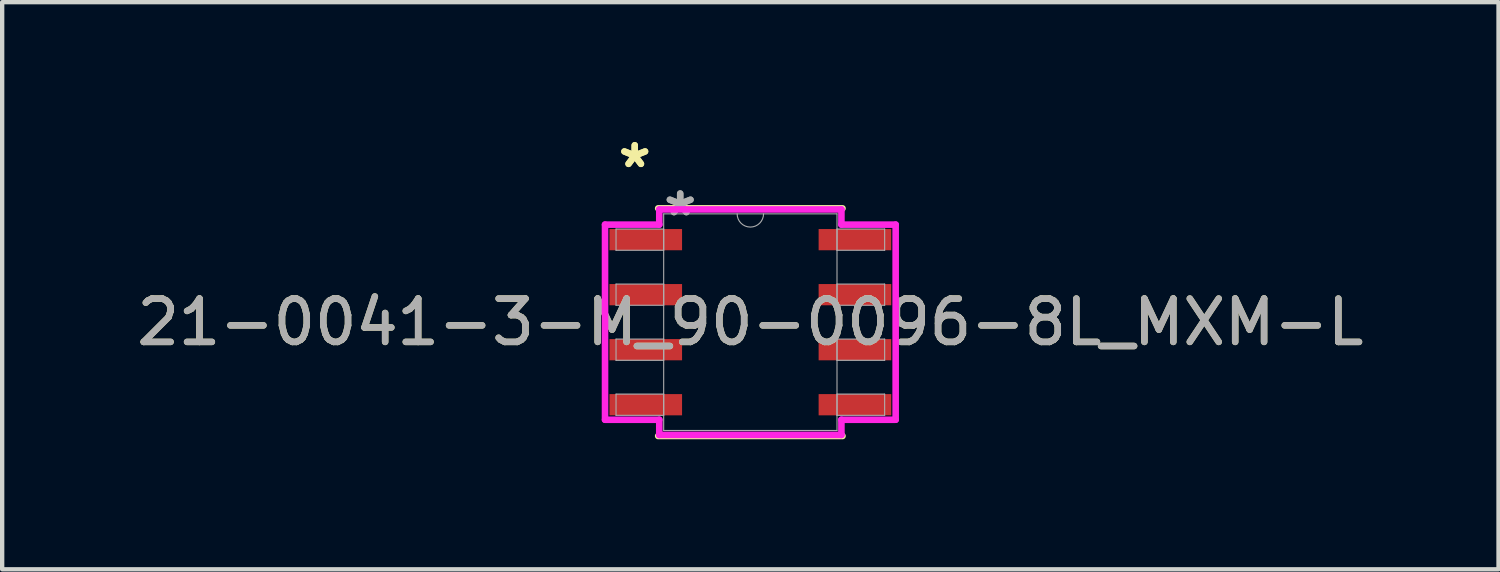
<source format=kicad_pcb>
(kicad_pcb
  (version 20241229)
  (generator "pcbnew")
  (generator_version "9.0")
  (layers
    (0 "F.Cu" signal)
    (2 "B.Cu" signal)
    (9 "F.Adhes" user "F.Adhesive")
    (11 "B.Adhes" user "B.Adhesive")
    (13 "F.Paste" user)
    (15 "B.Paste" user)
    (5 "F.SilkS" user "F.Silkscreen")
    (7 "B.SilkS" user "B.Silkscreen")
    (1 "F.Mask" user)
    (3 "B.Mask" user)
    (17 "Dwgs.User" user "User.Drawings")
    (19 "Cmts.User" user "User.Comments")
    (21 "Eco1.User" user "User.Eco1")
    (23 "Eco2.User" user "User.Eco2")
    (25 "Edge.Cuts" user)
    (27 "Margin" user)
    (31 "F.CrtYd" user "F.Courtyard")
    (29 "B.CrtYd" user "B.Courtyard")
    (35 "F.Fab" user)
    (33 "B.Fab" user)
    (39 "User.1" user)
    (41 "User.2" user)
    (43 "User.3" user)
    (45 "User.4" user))
  (footprint "21-0041-3-M_90-0096-8L_MXM-L"
    (layer "F.Cu")
    (at 14.268 4.386)
    (property "Reference" "21-0041-3-M_90-0096-8L_MXM-L" (at 0 0 0) (unlocked yes) (layer "F.SilkS") (effects (font (size 1 1) (thickness 0.15))))
    (attr smd)
    (fp_line (start -2.127 2.627) (end 2.127 2.627) (stroke (width 0.152) (type solid)) (layer "F.SilkS"))
    (fp_line (start 2.127 -2.627) (end -2.127 -2.627) (stroke (width 0.152) (type solid)) (layer "F.SilkS"))
    (fp_line (start -3.354 -2.252) (end -2.102 -2.252) (stroke (width 0.152) (type solid)) (layer "F.CrtYd"))
    (fp_line (start -3.354 2.252) (end -3.354 -2.252) (stroke (width 0.152) (type solid)) (layer "F.CrtYd"))
    (fp_line (start -3.354 2.252) (end -2.102 2.252) (stroke (width 0.152) (type solid)) (layer "F.CrtYd"))
    (fp_line (start -2.102 -2.602) (end 2.102 -2.602) (stroke (width 0.152) (type solid)) (layer "F.CrtYd"))
    (fp_line (start -2.102 -2.252) (end -2.102 -2.602) (stroke (width 0.152) (type solid)) (layer "F.CrtYd"))
    (fp_line (start -2.102 2.602) (end -2.102 2.252) (stroke (width 0.152) (type solid)) (layer "F.CrtYd"))
    (fp_line (start 2.102 -2.602) (end 2.102 -2.252) (stroke (width 0.152) (type solid)) (layer "F.CrtYd"))
    (fp_line (start 2.102 2.252) (end 2.102 2.602) (stroke (width 0.152) (type solid)) (layer "F.CrtYd"))
    (fp_line (start 2.102 2.602) (end -2.102 2.602) (stroke (width 0.152) (type solid)) (layer "F.CrtYd"))
    (fp_line (start 3.354 -2.252) (end 2.102 -2.252) (stroke (width 0.152) (type solid)) (layer "F.CrtYd"))
    (fp_line (start 3.354 -2.252) (end 3.354 2.252) (stroke (width 0.152) (type solid)) (layer "F.CrtYd"))
    (fp_line (start 3.354 2.252) (end 2.102 2.252) (stroke (width 0.152) (type solid)) (layer "F.CrtYd"))
    (fp_line (start -3.1 -2.15) (end -3.1 -1.66) (stroke (width 0.025) (type solid)) (layer "F.Fab"))
    (fp_line (start -3.1 -1.66) (end -2 -1.66) (stroke (width 0.025) (type solid)) (layer "F.Fab"))
    (fp_line (start -3.1 -0.88) (end -3.1 -0.39) (stroke (width 0.025) (type solid)) (layer "F.Fab"))
    (fp_line (start -3.1 -0.39) (end -2 -0.39) (stroke (width 0.025) (type solid)) (layer "F.Fab"))
    (fp_line (start -3.1 0.39) (end -3.1 0.88) (stroke (width 0.025) (type solid)) (layer "F.Fab"))
    (fp_line (start -3.1 0.88) (end -2 0.88) (stroke (width 0.025) (type solid)) (layer "F.Fab"))
    (fp_line (start -3.1 1.66) (end -3.1 2.15) (stroke (width 0.025) (type solid)) (layer "F.Fab"))
    (fp_line (start -3.1 2.15) (end -2 2.15) (stroke (width 0.025) (type solid)) (layer "F.Fab"))
    (fp_line (start -2 -2.5) (end -2 2.5) (stroke (width 0.025) (type solid)) (layer "F.Fab"))
    (fp_line (start -2 -2.15) (end -3.1 -2.15) (stroke (width 0.025) (type solid)) (layer "F.Fab"))
    (fp_line (start -2 -1.66) (end -2 -2.15) (stroke (width 0.025) (type solid)) (layer "F.Fab"))
    (fp_line (start -2 -0.88) (end -3.1 -0.88) (stroke (width 0.025) (type solid)) (layer "F.Fab"))
    (fp_line (start -2 -0.39) (end -2 -0.88) (stroke (width 0.025) (type solid)) (layer "F.Fab"))
    (fp_line (start -2 0.39) (end -3.1 0.39) (stroke (width 0.025) (type solid)) (layer "F.Fab"))
    (fp_line (start -2 0.88) (end -2 0.39) (stroke (width 0.025) (type solid)) (layer "F.Fab"))
    (fp_line (start -2 1.66) (end -3.1 1.66) (stroke (width 0.025) (type solid)) (layer "F.Fab"))
    (fp_line (start -2 2.15) (end -2 1.66) (stroke (width 0.025) (type solid)) (layer "F.Fab"))
    (fp_line (start -2 2.5) (end 2 2.5) (stroke (width 0.025) (type solid)) (layer "F.Fab"))
    (fp_line (start 2 -2.5) (end -2 -2.5) (stroke (width 0.025) (type solid)) (layer "F.Fab"))
    (fp_line (start 2 -2.15) (end 2 -1.66) (stroke (width 0.025) (type solid)) (layer "F.Fab"))
    (fp_line (start 2 -1.66) (end 3.1 -1.66) (stroke (width 0.025) (type solid)) (layer "F.Fab"))
    (fp_line (start 2 -0.88) (end 2 -0.39) (stroke (width 0.025) (type solid)) (layer "F.Fab"))
    (fp_line (start 2 -0.39) (end 3.1 -0.39) (stroke (width 0.025) (type solid)) (layer "F.Fab"))
    (fp_line (start 2 0.39) (end 2 0.88) (stroke (width 0.025) (type solid)) (layer "F.Fab"))
    (fp_line (start 2 0.88) (end 3.1 0.88) (stroke (width 0.025) (type solid)) (layer "F.Fab"))
    (fp_line (start 2 1.66) (end 2 2.15) (stroke (width 0.025) (type solid)) (layer "F.Fab"))
    (fp_line (start 2 2.15) (end 3.1 2.15) (stroke (width 0.025) (type solid)) (layer "F.Fab"))
    (fp_line (start 2 2.5) (end 2 -2.5) (stroke (width 0.025) (type solid)) (layer "F.Fab"))
    (fp_line (start 3.1 -2.15) (end 2 -2.15) (stroke (width 0.025) (type solid)) (layer "F.Fab"))
    (fp_line (start 3.1 -1.66) (end 3.1 -2.15) (stroke (width 0.025) (type solid)) (layer "F.Fab"))
    (fp_line (start 3.1 -0.88) (end 2 -0.88) (stroke (width 0.025) (type solid)) (layer "F.Fab"))
    (fp_line (start 3.1 -0.39) (end 3.1 -0.88) (stroke (width 0.025) (type solid)) (layer "F.Fab"))
    (fp_line (start 3.1 0.39) (end 2 0.39) (stroke (width 0.025) (type solid)) (layer "F.Fab"))
    (fp_line (start 3.1 0.88) (end 3.1 0.39) (stroke (width 0.025) (type solid)) (layer "F.Fab"))
    (fp_line (start 3.1 1.66) (end 2 1.66) (stroke (width 0.025) (type solid)) (layer "F.Fab"))
    (fp_line (start 3.1 2.15) (end 3.1 1.66) (stroke (width 0.025) (type solid)) (layer "F.Fab"))
    (fp_arc (start 0.3048 -2.5) (mid 0 -2.1952) (end -0.3048 -2.5) (stroke (width 0.0254) (type solid)) (layer "F.Fab"))
    (fp_text user "*" (at -2.668 -3.538 0) (unlocked yes) (layer "F.SilkS") (effects (font (size 1 1) (thickness 0.15))))
    (fp_text user "*" (at -2.668 -3.538 0) (layer "F.SilkS") (effects (font (size 1 1) (thickness 0.15))))
    (fp_text user "${REFERENCE}" (at 0 0 0) (unlocked yes) (layer "F.Fab") (effects (font (size 1 1) (thickness 0.15))))
    (fp_text user "*" (at -1.619 -2.424 0) (layer "F.Fab") (effects (font (size 1 1) (thickness 0.15))))
    (fp_text user "*" (at -1.619 -2.424 0) (unlocked yes) (layer "F.Fab") (effects (font (size 1 1) (thickness 0.15))))
    (pad "1" smd rect (at -2.414 -1.905) (size 1.676 0.49) (layers "F.Cu" "F.Mask" "F.Paste"))
    (pad "2" smd rect (at -2.414 -0.635) (size 1.676 0.49) (layers "F.Cu" "F.Mask" "F.Paste"))
    (pad "3" smd rect (at -2.414 0.635) (size 1.676 0.49) (layers "F.Cu" "F.Mask" "F.Paste"))
    (pad "4" smd rect (at -2.414 1.905) (size 1.676 0.49) (layers "F.Cu" "F.Mask" "F.Paste"))
    (pad "5" smd rect (at 2.414 1.905) (size 1.676 0.49) (layers "F.Cu" "F.Mask" "F.Paste"))
    (pad "6" smd rect (at 2.414 0.635) (size 1.676 0.49) (layers "F.Cu" "F.Mask" "F.Paste"))
    (pad "7" smd rect (at 2.414 -0.635) (size 1.676 0.49) (layers "F.Cu" "F.Mask" "F.Paste"))
    (pad "8" smd rect (at 2.414 -1.905) (size 1.676 0.49) (layers "F.Cu" "F.Mask" "F.Paste")))
  (gr_rect
    (start -3 -3)
    (end 31.536 10.089)
    (stroke (width 0.1) (type default))
    (fill no)
    (layer "Edge.Cuts")))
</source>
